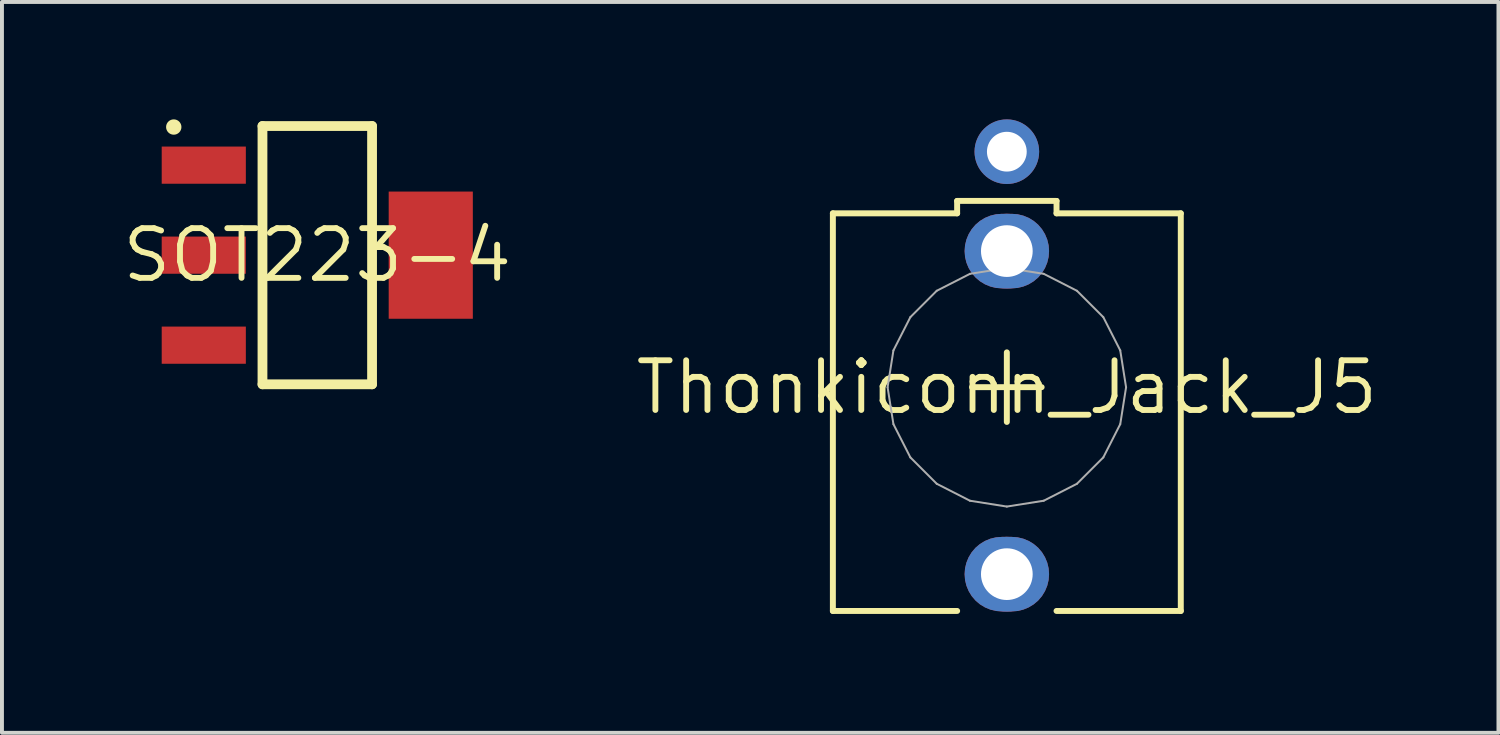
<source format=kicad_pcb>
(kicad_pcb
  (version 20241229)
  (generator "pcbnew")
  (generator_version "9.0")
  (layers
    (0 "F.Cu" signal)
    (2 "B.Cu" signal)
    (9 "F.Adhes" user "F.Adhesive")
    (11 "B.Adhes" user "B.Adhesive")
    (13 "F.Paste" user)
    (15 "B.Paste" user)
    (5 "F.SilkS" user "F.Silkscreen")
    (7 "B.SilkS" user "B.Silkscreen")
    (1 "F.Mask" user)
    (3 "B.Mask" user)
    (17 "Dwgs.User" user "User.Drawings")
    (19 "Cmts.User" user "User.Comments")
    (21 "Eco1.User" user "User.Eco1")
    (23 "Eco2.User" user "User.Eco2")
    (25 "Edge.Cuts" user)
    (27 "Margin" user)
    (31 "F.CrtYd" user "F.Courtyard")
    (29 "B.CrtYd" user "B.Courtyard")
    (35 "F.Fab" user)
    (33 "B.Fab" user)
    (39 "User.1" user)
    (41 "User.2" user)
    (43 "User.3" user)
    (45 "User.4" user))
  (footprint "Thonkiconn_Jack_J5"
    (layer "F.Cu")
    (at 22.677 6.846)
    (property "Reference" "Thonkiconn_Jack_J5" (at 0 0 0) (layer "F.SilkS") (effects (font (size 1.27 1.27) (thickness 0.15))))
    (fp_poly (pts (xy 0.276 -4.421) (xy 0.421 -4.386) (xy 0.559 -4.329) (xy 0.687 -4.251) (xy 0.801 -4.154) (xy 0.898 -4.04) (xy 0.976 -3.912) (xy 1.033 -3.774) (xy 1.068 -3.629) (xy 1.079 -3.48) (xy 1.068 -3.331) (xy 1.033 -3.186) (xy 0.976 -3.048) (xy 0.898 -2.92) (xy 0.801 -2.806) (xy 0.687 -2.709) (xy 0.559 -2.631) (xy 0.421 -2.574) (xy 0.276 -2.539) (xy 0.127 -2.527) (xy -0.127 -2.527) (xy -0.276 -2.539) (xy -0.421 -2.574) (xy -0.559 -2.631) (xy -0.687 -2.709) (xy -0.801 -2.806) (xy -0.898 -2.92) (xy -0.976 -3.048) (xy -1.033 -3.186) (xy -1.068 -3.331) (xy -1.079 -3.48) (xy -1.068 -3.629) (xy -1.033 -3.774) (xy -0.976 -3.912) (xy -0.898 -4.04) (xy -0.801 -4.154) (xy -0.687 -4.251) (xy -0.559 -4.329) (xy -0.421 -4.386) (xy -0.276 -4.421) (xy -0.127 -4.432) (xy 0.127 -4.432)) (stroke (width 0) (type default)) (fill yes) (layer "F.Cu"))
    (fp_poly (pts (xy 0.276 3.834) (xy 0.421 3.869) (xy 0.559 3.926) (xy 0.687 4.004) (xy 0.801 4.101) (xy 0.898 4.215) (xy 0.976 4.343) (xy 1.033 4.481) (xy 1.068 4.626) (xy 1.079 4.775) (xy 1.068 4.924) (xy 1.033 5.069) (xy 0.976 5.207) (xy 0.898 5.335) (xy 0.801 5.449) (xy 0.687 5.546) (xy 0.559 5.624) (xy 0.421 5.681) (xy 0.276 5.716) (xy 0.127 5.728) (xy -0.127 5.728) (xy -0.276 5.716) (xy -0.421 5.681) (xy -0.559 5.624) (xy -0.687 5.546) (xy -0.801 5.449) (xy -0.898 5.335) (xy -0.976 5.207) (xy -1.033 5.069) (xy -1.068 4.924) (xy -1.079 4.775) (xy -1.068 4.626) (xy -1.033 4.481) (xy -0.976 4.343) (xy -0.898 4.215) (xy -0.801 4.101) (xy -0.687 4.004) (xy -0.559 3.926) (xy -0.421 3.869) (xy -0.276 3.834) (xy -0.127 3.823) (xy 0.127 3.823)) (stroke (width 0) (type default)) (fill yes) (layer "F.Cu"))
    (fp_poly (pts (xy 0.292 -4.522) (xy 0.453 -4.483) (xy 0.606 -4.42) (xy 0.748 -4.334) (xy 0.873 -4.226) (xy 0.981 -4.1) (xy 1.067 -3.958) (xy 1.131 -3.806) (xy 1.169 -3.645) (xy 1.182 -3.48) (xy 1.169 -3.315) (xy 1.131 -3.154) (xy 1.067 -3.001) (xy 0.981 -2.859) (xy 0.873 -2.733) (xy 0.748 -2.626) (xy 0.606 -2.54) (xy 0.453 -2.476) (xy 0.292 -2.438) (xy 0.127 -2.425) (xy -0.127 -2.425) (xy -0.292 -2.438) (xy -0.453 -2.476) (xy -0.606 -2.54) (xy -0.748 -2.626) (xy -0.873 -2.733) (xy -0.981 -2.859) (xy -1.067 -3.001) (xy -1.131 -3.154) (xy -1.169 -3.315) (xy -1.182 -3.48) (xy -1.169 -3.645) (xy -1.131 -3.806) (xy -1.067 -3.958) (xy -0.981 -4.1) (xy -0.873 -4.226) (xy -0.748 -4.334) (xy -0.606 -4.42) (xy -0.453 -4.483) (xy -0.292 -4.522) (xy -0.127 -4.535) (xy 0.127 -4.535)) (stroke (width 0) (type default)) (fill yes) (layer "F.Mask"))
    (fp_poly (pts (xy 0.292 3.733) (xy 0.453 3.772) (xy 0.606 3.835) (xy 0.748 3.921) (xy 0.873 4.029) (xy 0.981 4.155) (xy 1.067 4.297) (xy 1.131 4.449) (xy 1.169 4.61) (xy 1.182 4.775) (xy 1.169 4.94) (xy 1.131 5.101) (xy 1.067 5.254) (xy 0.981 5.396) (xy 0.873 5.522) (xy 0.748 5.629) (xy 0.606 5.715) (xy 0.453 5.779) (xy 0.292 5.817) (xy 0.127 5.83) (xy -0.127 5.83) (xy -0.292 5.817) (xy -0.453 5.779) (xy -0.606 5.715) (xy -0.748 5.629) (xy -0.873 5.522) (xy -0.981 5.396) (xy -1.067 5.254) (xy -1.131 5.101) (xy -1.169 4.94) (xy -1.182 4.775) (xy -1.169 4.61) (xy -1.131 4.449) (xy -1.067 4.297) (xy -0.981 4.155) (xy -0.873 4.029) (xy -0.748 3.921) (xy -0.606 3.835) (xy -0.453 3.772) (xy -0.292 3.733) (xy -0.127 3.72) (xy 0.127 3.72)) (stroke (width 0) (type default)) (fill yes) (layer "F.Mask"))
    (fp_poly (pts (xy 0.276 -4.421) (xy 0.421 -4.386) (xy 0.559 -4.329) (xy 0.687 -4.251) (xy 0.801 -4.154) (xy 0.898 -4.04) (xy 0.976 -3.912) (xy 1.033 -3.774) (xy 1.068 -3.629) (xy 1.079 -3.48) (xy 1.068 -3.331) (xy 1.033 -3.186) (xy 0.976 -3.048) (xy 0.898 -2.92) (xy 0.801 -2.806) (xy 0.687 -2.709) (xy 0.559 -2.631) (xy 0.421 -2.574) (xy 0.276 -2.539) (xy 0.127 -2.527) (xy -0.127 -2.527) (xy -0.276 -2.539) (xy -0.421 -2.574) (xy -0.559 -2.631) (xy -0.687 -2.709) (xy -0.801 -2.806) (xy -0.898 -2.92) (xy -0.976 -3.048) (xy -1.033 -3.186) (xy -1.068 -3.331) (xy -1.079 -3.48) (xy -1.068 -3.629) (xy -1.033 -3.774) (xy -0.976 -3.912) (xy -0.898 -4.04) (xy -0.801 -4.154) (xy -0.687 -4.251) (xy -0.559 -4.329) (xy -0.421 -4.386) (xy -0.276 -4.421) (xy -0.127 -4.432) (xy 0.127 -4.432)) (stroke (width 0) (type default)) (fill yes) (layer "B.Cu"))
    (fp_poly (pts (xy 0.276 3.834) (xy 0.421 3.869) (xy 0.559 3.926) (xy 0.687 4.004) (xy 0.801 4.101) (xy 0.898 4.215) (xy 0.976 4.343) (xy 1.033 4.481) (xy 1.068 4.626) (xy 1.079 4.775) (xy 1.068 4.924) (xy 1.033 5.069) (xy 0.976 5.207) (xy 0.898 5.335) (xy 0.801 5.449) (xy 0.687 5.546) (xy 0.559 5.624) (xy 0.421 5.681) (xy 0.276 5.716) (xy 0.127 5.728) (xy -0.127 5.728) (xy -0.276 5.716) (xy -0.421 5.681) (xy -0.559 5.624) (xy -0.687 5.546) (xy -0.801 5.449) (xy -0.898 5.335) (xy -0.976 5.207) (xy -1.033 5.069) (xy -1.068 4.924) (xy -1.079 4.775) (xy -1.068 4.626) (xy -1.033 4.481) (xy -0.976 4.343) (xy -0.898 4.215) (xy -0.801 4.101) (xy -0.687 4.004) (xy -0.559 3.926) (xy -0.421 3.869) (xy -0.276 3.834) (xy -0.127 3.823) (xy 0.127 3.823)) (stroke (width 0) (type default)) (fill yes) (layer "B.Cu"))
    (fp_poly (pts (xy 0.292 -4.522) (xy 0.453 -4.483) (xy 0.606 -4.42) (xy 0.748 -4.334) (xy 0.873 -4.226) (xy 0.981 -4.1) (xy 1.067 -3.958) (xy 1.131 -3.806) (xy 1.169 -3.645) (xy 1.182 -3.48) (xy 1.169 -3.315) (xy 1.131 -3.154) (xy 1.067 -3.001) (xy 0.981 -2.859) (xy 0.873 -2.733) (xy 0.748 -2.626) (xy 0.606 -2.54) (xy 0.453 -2.476) (xy 0.292 -2.438) (xy 0.127 -2.425) (xy -0.127 -2.425) (xy -0.292 -2.438) (xy -0.453 -2.476) (xy -0.606 -2.54) (xy -0.748 -2.626) (xy -0.873 -2.733) (xy -0.981 -2.859) (xy -1.067 -3.001) (xy -1.131 -3.154) (xy -1.169 -3.315) (xy -1.182 -3.48) (xy -1.169 -3.645) (xy -1.131 -3.806) (xy -1.067 -3.958) (xy -0.981 -4.1) (xy -0.873 -4.226) (xy -0.748 -4.334) (xy -0.606 -4.42) (xy -0.453 -4.483) (xy -0.292 -4.522) (xy -0.127 -4.535) (xy 0.127 -4.535)) (stroke (width 0) (type default)) (fill yes) (layer "B.Mask"))
    (fp_poly (pts (xy 0.292 3.733) (xy 0.453 3.772) (xy 0.606 3.835) (xy 0.748 3.921) (xy 0.873 4.029) (xy 0.981 4.155) (xy 1.067 4.297) (xy 1.131 4.449) (xy 1.169 4.61) (xy 1.182 4.775) (xy 1.169 4.94) (xy 1.131 5.101) (xy 1.067 5.254) (xy 0.981 5.396) (xy 0.873 5.522) (xy 0.748 5.629) (xy 0.606 5.715) (xy 0.453 5.779) (xy 0.292 5.817) (xy 0.127 5.83) (xy -0.127 5.83) (xy -0.292 5.817) (xy -0.453 5.779) (xy -0.606 5.715) (xy -0.748 5.629) (xy -0.873 5.522) (xy -0.981 5.396) (xy -1.067 5.254) (xy -1.131 5.101) (xy -1.169 4.94) (xy -1.182 4.775) (xy -1.169 4.61) (xy -1.131 4.449) (xy -1.067 4.297) (xy -0.981 4.155) (xy -0.873 4.029) (xy -0.748 3.921) (xy -0.606 3.835) (xy -0.453 3.772) (xy -0.292 3.733) (xy -0.127 3.72) (xy 0.127 3.72)) (stroke (width 0) (type default)) (fill yes) (layer "B.Mask"))
    (fp_line (start -4.445 -4.445) (end -4.445 5.715) (stroke (width 0.152) (type solid)) (layer "F.SilkS"))
    (fp_line (start -1.27 -4.762) (end 1.27 -4.762) (stroke (width 0.152) (type solid)) (layer "F.SilkS"))
    (fp_line (start -1.27 -4.445) (end -4.445 -4.445) (stroke (width 0.152) (type solid)) (layer "F.SilkS"))
    (fp_line (start -1.27 -4.445) (end -1.27 -4.762) (stroke (width 0.152) (type solid)) (layer "F.SilkS"))
    (fp_line (start -1.27 5.715) (end -4.445 5.715) (stroke (width 0.152) (type solid)) (layer "F.SilkS"))
    (fp_line (start -0.89 -0.003) (end 0.889 -0.003) (stroke (width 0.152) (type solid)) (layer "F.SilkS"))
    (fp_line (start 0 0.885) (end 0 -0.892) (stroke (width 0.152) (type solid)) (layer "F.SilkS"))
    (fp_line (start 1.27 -4.762) (end 1.27 -4.445) (stroke (width 0.152) (type solid)) (layer "F.SilkS"))
    (fp_line (start 1.27 -4.445) (end 4.445 -4.445) (stroke (width 0.152) (type solid)) (layer "F.SilkS"))
    (fp_line (start 1.27 5.715) (end 4.445 5.715) (stroke (width 0.152) (type solid)) (layer "F.SilkS"))
    (fp_line (start 4.445 5.715) (end 4.445 -4.445) (stroke (width 0.152) (type solid)) (layer "F.SilkS"))
    (fp_line (start -3.047 0) (end -2.898 0.942) (stroke (width 0.051) (type solid)) (layer "F.Fab"))
    (fp_line (start -2.898 -0.942) (end -3.047 0) (stroke (width 0.051) (type solid)) (layer "F.Fab"))
    (fp_line (start -2.898 0.942) (end -2.465 1.792) (stroke (width 0.051) (type solid)) (layer "F.Fab"))
    (fp_line (start -2.465 -1.792) (end -2.898 -0.942) (stroke (width 0.051) (type solid)) (layer "F.Fab"))
    (fp_line (start -2.465 1.792) (end -1.791 2.466) (stroke (width 0.051) (type solid)) (layer "F.Fab"))
    (fp_line (start -1.791 -2.466) (end -2.465 -1.792) (stroke (width 0.051) (type solid)) (layer "F.Fab"))
    (fp_line (start -1.791 2.466) (end -0.942 2.899) (stroke (width 0.051) (type solid)) (layer "F.Fab"))
    (fp_line (start -0.942 -2.899) (end -1.791 -2.466) (stroke (width 0.051) (type solid)) (layer "F.Fab"))
    (fp_line (start -0.942 2.899) (end 0 3.048) (stroke (width 0.051) (type solid)) (layer "F.Fab"))
    (fp_line (start 0 -3.048) (end -0.942 -2.899) (stroke (width 0.051) (type solid)) (layer "F.Fab"))
    (fp_line (start 0 3.048) (end 0.942 2.899) (stroke (width 0.051) (type solid)) (layer "F.Fab"))
    (fp_line (start 0.942 -2.899) (end 0 -3.048) (stroke (width 0.051) (type solid)) (layer "F.Fab"))
    (fp_line (start 0.942 2.899) (end 1.791 2.466) (stroke (width 0.051) (type solid)) (layer "F.Fab"))
    (fp_line (start 1.791 -2.466) (end 0.942 -2.899) (stroke (width 0.051) (type solid)) (layer "F.Fab"))
    (fp_line (start 1.791 2.466) (end 2.465 1.792) (stroke (width 0.051) (type solid)) (layer "F.Fab"))
    (fp_line (start 2.465 -1.792) (end 1.791 -2.466) (stroke (width 0.051) (type solid)) (layer "F.Fab"))
    (fp_line (start 2.465 1.792) (end 2.898 0.942) (stroke (width 0.051) (type solid)) (layer "F.Fab"))
    (fp_line (start 2.898 -0.942) (end 2.465 -1.792) (stroke (width 0.051) (type solid)) (layer "F.Fab"))
    (fp_line (start 2.898 0.942) (end 3.047 0) (stroke (width 0.051) (type solid)) (layer "F.Fab"))
    (fp_line (start 3.047 0) (end 2.898 -0.942) (stroke (width 0.051) (type solid)) (layer "F.Fab"))
    (pad "1" thru_hole circle (at 0 -3.48) (size 1.905 1.905) (drill 1.321) (layers "*.Cu"))
    (pad "2" thru_hole circle (at 0 4.775) (size 1.905 1.905) (drill 1.321) (layers "*.Cu"))
    (pad "3" thru_hole circle (at 0 -6.02) (size 1.651 1.651) (drill 1.016) (layers "*.Cu" "*.Mask"))
    (zone (net_name "") (layer "F.Cu") (hatch edge 0.5) (connect_pads) (min_thickness 0.25) (filled_areas_thickness no) (keepout (tracks not_allowed) (vias not_allowed) (pads not_allowed) (copperpour not_allowed) (footprints allowed)) (placement (enabled no)) (fill) (polygon (pts (xy 23.919 6.845) (xy 23.899 6.623) (xy 23.839 6.408) (xy 23.743 6.207) (xy 23.612 6.027) (xy 23.451 5.873) (xy 23.265 5.751) (xy 23.06 5.663) (xy 22.843 5.614) (xy 22.621 5.604) (xy 22.4 5.634) (xy 22.188 5.702) (xy 21.992 5.808) (xy 21.818 5.947) (xy 21.672 6.114) (xy 21.558 6.306) (xy 21.479 6.514) (xy 21.44 6.733) (xy 21.44 6.956) (xy 21.479 7.175) (xy 21.558 7.383) (xy 21.672 7.575) (xy 21.818 7.742) (xy 21.992 7.881) (xy 22.188 7.987) (xy 22.4 8.055) (xy 22.621 8.085) (xy 22.843 8.075) (xy 23.06 8.026) (xy 23.265 7.938) (xy 23.451 7.816) (xy 23.612 7.662) (xy 23.743 7.482) (xy 23.839 7.281) (xy 23.899 7.066))) (polygon (pts (xy 23.669 6.845) (xy 23.648 6.645) (xy 23.588 6.453) (xy 23.491 6.278) (xy 23.36 6.126) (xy 23.201 6.003) (xy 23.021 5.914) (xy 22.827 5.864) (xy 22.626 5.854) (xy 22.428 5.884) (xy 22.24 5.954) (xy 22.069 6.06) (xy 21.924 6.198) (xy 21.809 6.363) (xy 21.73 6.548) (xy 21.69 6.744) (xy 21.69 6.945) (xy 21.73 7.141) (xy 21.809 7.326) (xy 21.924 7.491) (xy 22.069 7.629) (xy 22.24 7.735) (xy 22.428 7.805) (xy 22.626 7.835) (xy 22.827 7.825) (xy 23.021 7.775) (xy 23.201 7.686) (xy 23.36 7.563) (xy 23.491 7.411) (xy 23.588 7.236) (xy 23.648 7.044)))))
  (footprint "SOT223-4"
    (layer "F.Cu")
    (at 5.057 3.47)
    (property "Reference" "SOT223-4" (at 0 0 0) (layer "F.SilkS") (effects (font (size 1.27 1.27) (thickness 0.15))))
    (fp_poly (pts (xy -3.975 -2.775) (xy -1.825 -2.775) (xy -1.825 -1.825) (xy -3.975 -1.825)) (stroke (width 0) (type default)) (fill yes) (layer "F.Mask"))
    (fp_poly (pts (xy -3.975 -0.475) (xy -1.825 -0.475) (xy -1.825 0.475) (xy -3.975 0.475)) (stroke (width 0) (type default)) (fill yes) (layer "F.Mask"))
    (fp_poly (pts (xy -3.975 1.825) (xy -1.825 1.825) (xy -1.825 2.775) (xy -3.975 2.775)) (stroke (width 0) (type default)) (fill yes) (layer "F.Mask"))
    (fp_line (start -1.4 -3.3) (end -1.4 3.3) (stroke (width 0.25) (type solid)) (layer "F.SilkS"))
    (fp_line (start -1.4 -3.3) (end 1.4 -3.3) (stroke (width 0.25) (type solid)) (layer "F.SilkS"))
    (fp_line (start -1.4 3.3) (end 1.4 3.3) (stroke (width 0.25) (type solid)) (layer "F.SilkS"))
    (fp_line (start 1.4 -3.3) (end 1.4 3.3) (stroke (width 0.25) (type solid)) (layer "F.SilkS"))
    (fp_circle (center -3.667 -3.274) (end -3.569 -3.274) (stroke (width 0.196) (type solid)) (fill yes) (layer "F.SilkS"))
    (fp_poly (pts (xy -3.975 -2.775) (xy -1.825 -2.775) (xy -1.825 -1.825) (xy -3.975 -1.825)) (stroke (width 0) (type default)) (fill yes) (layer "F.Paste"))
    (fp_poly (pts (xy -3.975 -0.475) (xy -1.825 -0.475) (xy -1.825 0.475) (xy -3.975 0.475)) (stroke (width 0) (type default)) (fill yes) (layer "F.Paste"))
    (fp_poly (pts (xy -3.975 1.825) (xy -1.825 1.825) (xy -1.825 2.775) (xy -3.975 2.775)) (stroke (width 0) (type default)) (fill yes) (layer "F.Paste"))
    (pad "1" smd rect (at -2.9 -2.3 90) (size 0.95 2.15) (layers "F.Cu"))
    (pad "2" smd rect (at -2.9 0 90) (size 0.95 2.15) (layers "F.Cu"))
    (pad "3" smd rect (at -2.9 2.3 90) (size 0.95 2.15) (layers "F.Cu"))
    (pad "4" smd rect (at 2.9 0 90) (size 3.25 2.15) (layers "F.Cu" "F.Mask" "F.Paste")))
  (gr_rect
    (start -3 -3)
    (end 35.239 15.675)
    (stroke (width 0.1) (type default))
    (fill no)
    (layer "Edge.Cuts")))
</source>
